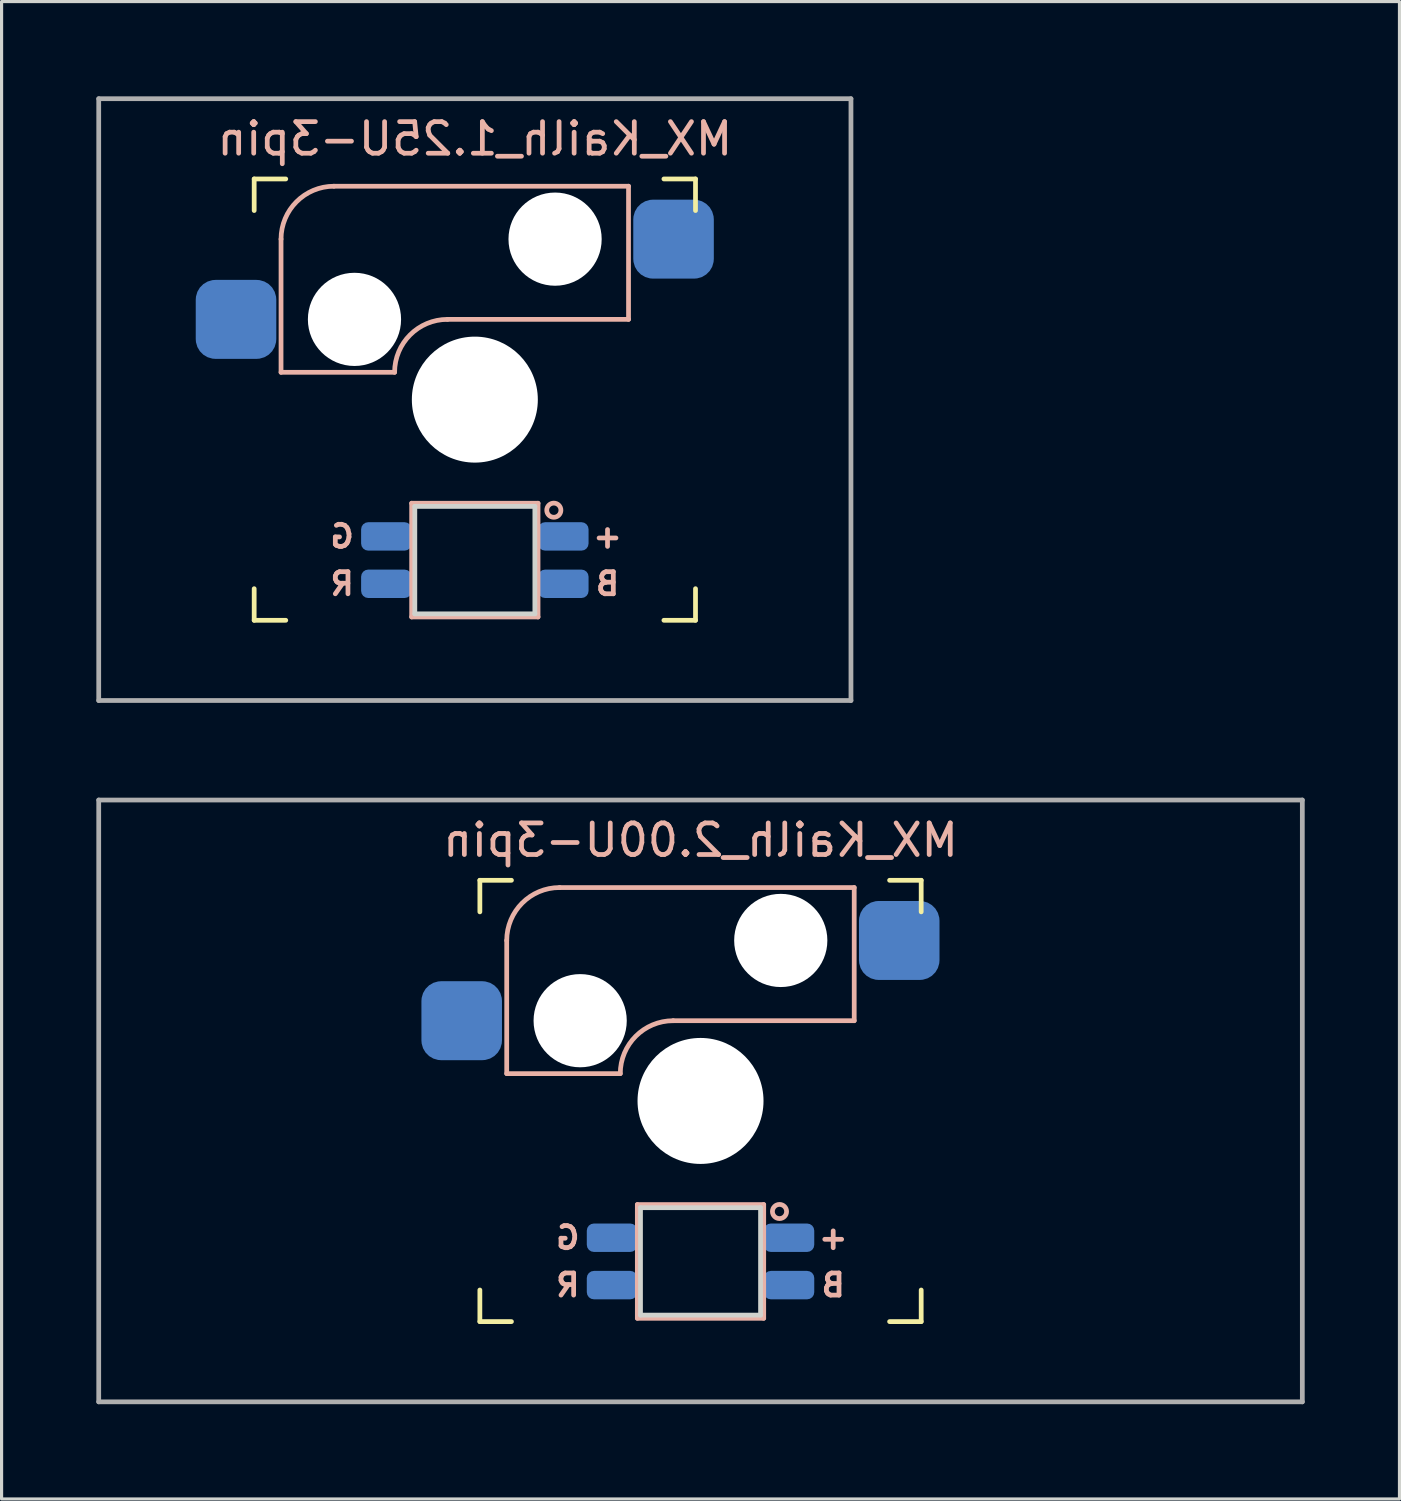
<source format=kicad_pcb>
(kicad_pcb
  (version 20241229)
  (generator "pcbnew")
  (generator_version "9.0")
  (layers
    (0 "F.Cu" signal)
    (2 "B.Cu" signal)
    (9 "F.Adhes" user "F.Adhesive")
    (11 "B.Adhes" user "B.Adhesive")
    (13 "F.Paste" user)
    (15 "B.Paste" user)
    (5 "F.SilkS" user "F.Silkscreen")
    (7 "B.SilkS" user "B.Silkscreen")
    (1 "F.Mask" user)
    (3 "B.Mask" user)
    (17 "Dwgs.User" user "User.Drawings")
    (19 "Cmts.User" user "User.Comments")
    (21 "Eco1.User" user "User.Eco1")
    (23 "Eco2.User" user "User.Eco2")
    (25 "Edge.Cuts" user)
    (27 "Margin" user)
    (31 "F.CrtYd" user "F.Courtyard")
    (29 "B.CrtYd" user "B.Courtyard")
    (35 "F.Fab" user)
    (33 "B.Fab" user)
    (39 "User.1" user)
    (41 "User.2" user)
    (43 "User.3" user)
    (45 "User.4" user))
  (footprint "MX_Kailh_1.25U-3pin"
    (layer "F.Cu")
    (at 11.981 9.6)
    (property "Reference" "MX_Kailh_1.25U-3pin" (at 0 -8.255 0) (layer "B.SilkS") (effects (font (size 1 1) (thickness 0.15)) (justify mirror)))
    (attr smd)
    (fp_line (start -6.985 -5.985) (end -6.985 -6.985) (stroke (width 0.15) (type solid)) (layer "F.SilkS"))
    (fp_line (start -6.985 6.985) (end -6.985 5.985) (stroke (width 0.15) (type solid)) (layer "F.SilkS"))
    (fp_line (start -6.985 6.985) (end -5.985 6.985) (stroke (width 0.15) (type solid)) (layer "F.SilkS"))
    (fp_line (start -5.985 -6.985) (end -6.985 -6.985) (stroke (width 0.15) (type solid)) (layer "F.SilkS"))
    (fp_line (start 5.985 6.985) (end 6.985 6.985) (stroke (width 0.15) (type solid)) (layer "F.SilkS"))
    (fp_line (start 6.985 -6.985) (end 5.985 -6.985) (stroke (width 0.15) (type solid)) (layer "F.SilkS"))
    (fp_line (start 6.985 -6.985) (end 6.985 -5.985) (stroke (width 0.15) (type solid)) (layer "F.SilkS"))
    (fp_line (start 6.985 5.985) (end 6.985 6.985) (stroke (width 0.15) (type solid)) (layer "F.SilkS"))
    (fp_line (start -6.135 -5.08) (end -6.135 -0.865) (stroke (width 0.15) (type solid)) (layer "B.SilkS"))
    (fp_line (start -6.135 -0.865) (end -2.54 -0.865) (stroke (width 0.15) (type solid)) (layer "B.SilkS"))
    (fp_line (start -4.46 -6.755) (end 4.865 -6.755) (stroke (width 0.15) (type solid)) (layer "B.SilkS"))
    (fp_line (start -2 3.28) (end -2 6.88) (stroke (width 0.15) (type solid)) (layer "B.SilkS"))
    (fp_line (start -2 6.88) (end 2 6.88) (stroke (width 0.15) (type solid)) (layer "B.SilkS"))
    (fp_line (start -0.865 -2.54) (end 4.865 -2.54) (stroke (width 0.15) (type solid)) (layer "B.SilkS"))
    (fp_line (start 2 3.28) (end -2 3.28) (stroke (width 0.15) (type solid)) (layer "B.SilkS"))
    (fp_line (start 2 6.88) (end 2 3.28) (stroke (width 0.15) (type solid)) (layer "B.SilkS"))
    (fp_line (start 4.865 -6.755) (end 4.865 -2.54) (stroke (width 0.15) (type solid)) (layer "B.SilkS"))
    (fp_arc (start -6.135 -5.08) (mid -5.644404 -6.264404) (end -4.46 -6.755) (stroke (width 0.15) (type solid)) (layer "B.SilkS"))
    (fp_arc (start -2.54 -0.865) (mid -2.049404 -2.049404) (end -0.865 -2.54) (stroke (width 0.15) (type solid)) (layer "B.SilkS"))
    (fp_circle (center 2.5 3.5) (end 2.724 3.5) (stroke (width 0.15) (type solid)) (fill no) (layer "B.SilkS"))
    (fp_line (start -6.985 6.985) (end -6.985 -6.985) (stroke (width 0.15) (type solid)) (layer "Eco2.User"))
    (fp_line (start -6.985 6.985) (end 6.985 6.985) (stroke (width 0.15) (type solid)) (layer "Eco2.User"))
    (fp_line (start 6.985 -6.985) (end -6.985 -6.985) (stroke (width 0.15) (type solid)) (layer "Eco2.User"))
    (fp_line (start 6.985 -6.985) (end 6.985 6.985) (stroke (width 0.15) (type solid)) (layer "Eco2.User"))
    (fp_line (start -1.9 3.38) (end -1.9 6.78) (stroke (width 0.15) (type solid)) (layer "Edge.Cuts"))
    (fp_line (start -1.9 3.38) (end 1.9 3.38) (stroke (width 0.15) (type solid)) (layer "Edge.Cuts"))
    (fp_line (start -1.9 6.78) (end 1.9 6.78) (stroke (width 0.15) (type solid)) (layer "Edge.Cuts"))
    (fp_line (start 1.9 3.38) (end 1.9 6.78) (stroke (width 0.15) (type solid)) (layer "Edge.Cuts"))
    (fp_line (start -11.906 -9.525) (end 11.906 -9.525) (stroke (width 0.15) (type solid)) (layer "F.Fab"))
    (fp_line (start -11.906 9.525) (end -11.906 -9.525) (stroke (width 0.15) (type solid)) (layer "F.Fab"))
    (fp_line (start 11.906 -9.525) (end 11.906 9.525) (stroke (width 0.15) (type solid)) (layer "F.Fab"))
    (fp_line (start 11.906 9.525) (end -11.906 9.525) (stroke (width 0.15) (type solid)) (layer "F.Fab"))
    (fp_text user "R" (at -4.2 5.83 0) (layer "B.SilkS") (effects (font (size 0.7 0.7) (thickness 0.15)) (justify mirror)))
    (fp_text user "G" (at -4.2 4.33 0) (layer "B.SilkS") (effects (font (size 0.7 0.7) (thickness 0.15)) (justify mirror)))
    (fp_text user "+" (at 4.2 4.33 0) (layer "B.SilkS") (effects (font (size 0.7 0.7) (thickness 0.15)) (justify mirror)))
    (fp_text user "B" (at 4.2 5.83 0) (layer "B.SilkS") (effects (font (size 0.7 0.7) (thickness 0.15)) (justify mirror)))
    (pad "" np_thru_hole circle (at -3.81 -2.54) (size 2.95 2.95) (drill 2.95) (layers "*.Cu" "*.Mask"))
    (pad "" np_thru_hole circle (at 0 0) (size 3.988 3.988) (drill 3.988) (layers "*.Cu" "*.Mask"))
    (pad "" np_thru_hole circle (at 2.54 -5.08) (size 2.95 2.95) (drill 2.95) (layers "*.Cu" "*.Mask"))
    (pad "1" smd roundrect (at 6.29 -5.08) (size 2.55 2.5) (layers "B.Cu" "B.Mask" "B.Paste") (roundrect_rratio 0.25))
    (pad "2" smd roundrect (at -7.56 -2.54) (size 2.55 2.5) (layers "B.Cu" "B.Mask" "B.Paste") (roundrect_rratio 0.25))
    (pad "3" smd roundrect (at 2.8 4.33) (size 1.6 0.9) (layers "B.Cu" "B.Mask" "B.Paste") (roundrect_rratio 0.25))
    (pad "4" smd roundrect (at -2.8 5.83) (size 1.6 0.9) (layers "B.Cu" "B.Mask" "B.Paste") (roundrect_rratio 0.25))
    (pad "5" smd roundrect (at -2.8 4.33) (size 1.6 0.9) (layers "B.Cu" "B.Mask" "B.Paste") (roundrect_rratio 0.25))
    (pad "6" smd roundrect (at 2.8 5.83) (size 1.6 0.9) (layers "B.Cu" "B.Mask" "B.Paste") (roundrect_rratio 0.25)))
  (footprint "MX_Kailh_2.00U-3pin"
    (layer "F.Cu")
    (at 19.125 31.8)
    (property "Reference" "MX_Kailh_2.00U-3pin" (at 0 -8.255 0) (layer "B.SilkS") (effects (font (size 1 1) (thickness 0.15)) (justify mirror)))
    (attr smd)
    (fp_line (start -6.985 -5.985) (end -6.985 -6.985) (stroke (width 0.15) (type solid)) (layer "F.SilkS"))
    (fp_line (start -6.985 6.985) (end -6.985 5.985) (stroke (width 0.15) (type solid)) (layer "F.SilkS"))
    (fp_line (start -6.985 6.985) (end -5.985 6.985) (stroke (width 0.15) (type solid)) (layer "F.SilkS"))
    (fp_line (start -5.985 -6.985) (end -6.985 -6.985) (stroke (width 0.15) (type solid)) (layer "F.SilkS"))
    (fp_line (start 5.985 6.985) (end 6.985 6.985) (stroke (width 0.15) (type solid)) (layer "F.SilkS"))
    (fp_line (start 6.985 -6.985) (end 5.985 -6.985) (stroke (width 0.15) (type solid)) (layer "F.SilkS"))
    (fp_line (start 6.985 -6.985) (end 6.985 -5.985) (stroke (width 0.15) (type solid)) (layer "F.SilkS"))
    (fp_line (start 6.985 5.985) (end 6.985 6.985) (stroke (width 0.15) (type solid)) (layer "F.SilkS"))
    (fp_line (start -6.135 -5.08) (end -6.135 -0.865) (stroke (width 0.15) (type solid)) (layer "B.SilkS"))
    (fp_line (start -6.135 -0.865) (end -2.54 -0.865) (stroke (width 0.15) (type solid)) (layer "B.SilkS"))
    (fp_line (start -4.46 -6.755) (end 4.865 -6.755) (stroke (width 0.15) (type solid)) (layer "B.SilkS"))
    (fp_line (start -2 3.28) (end -2 6.88) (stroke (width 0.15) (type solid)) (layer "B.SilkS"))
    (fp_line (start -2 6.88) (end 2 6.88) (stroke (width 0.15) (type solid)) (layer "B.SilkS"))
    (fp_line (start -0.865 -2.54) (end 4.865 -2.54) (stroke (width 0.15) (type solid)) (layer "B.SilkS"))
    (fp_line (start 2 3.28) (end -2 3.28) (stroke (width 0.15) (type solid)) (layer "B.SilkS"))
    (fp_line (start 2 6.88) (end 2 3.28) (stroke (width 0.15) (type solid)) (layer "B.SilkS"))
    (fp_line (start 4.865 -6.755) (end 4.865 -2.54) (stroke (width 0.15) (type solid)) (layer "B.SilkS"))
    (fp_arc (start -6.135 -5.08) (mid -5.644404 -6.264404) (end -4.46 -6.755) (stroke (width 0.15) (type solid)) (layer "B.SilkS"))
    (fp_arc (start -2.54 -0.865) (mid -2.049404 -2.049404) (end -0.865 -2.54) (stroke (width 0.15) (type solid)) (layer "B.SilkS"))
    (fp_circle (center 2.5 3.5) (end 2.724 3.5) (stroke (width 0.15) (type solid)) (fill no) (layer "B.SilkS"))
    (fp_line (start -6.985 6.985) (end -6.985 -6.985) (stroke (width 0.15) (type solid)) (layer "Eco2.User"))
    (fp_line (start -6.985 6.985) (end 6.985 6.985) (stroke (width 0.15) (type solid)) (layer "Eco2.User"))
    (fp_line (start 6.985 -6.985) (end -6.985 -6.985) (stroke (width 0.15) (type solid)) (layer "Eco2.User"))
    (fp_line (start 6.985 -6.985) (end 6.985 6.985) (stroke (width 0.15) (type solid)) (layer "Eco2.User"))
    (fp_line (start -1.9 3.38) (end -1.9 6.78) (stroke (width 0.15) (type solid)) (layer "Edge.Cuts"))
    (fp_line (start -1.9 3.38) (end 1.9 3.38) (stroke (width 0.15) (type solid)) (layer "Edge.Cuts"))
    (fp_line (start -1.9 6.78) (end 1.9 6.78) (stroke (width 0.15) (type solid)) (layer "Edge.Cuts"))
    (fp_line (start 1.9 3.38) (end 1.9 6.78) (stroke (width 0.15) (type solid)) (layer "Edge.Cuts"))
    (fp_line (start -19.05 -9.525) (end 19.05 -9.525) (stroke (width 0.15) (type solid)) (layer "F.Fab"))
    (fp_line (start -19.05 9.525) (end -19.05 -9.525) (stroke (width 0.15) (type solid)) (layer "F.Fab"))
    (fp_line (start 19.05 -9.525) (end 19.05 9.525) (stroke (width 0.15) (type solid)) (layer "F.Fab"))
    (fp_line (start 19.05 9.525) (end -19.05 9.525) (stroke (width 0.15) (type solid)) (layer "F.Fab"))
    (fp_text user "+" (at 4.2 4.33 0) (layer "B.SilkS") (effects (font (size 0.7 0.7) (thickness 0.15)) (justify mirror)))
    (fp_text user "R" (at -4.2 5.83 0) (layer "B.SilkS") (effects (font (size 0.7 0.7) (thickness 0.15)) (justify mirror)))
    (fp_text user "G" (at -4.2 4.33 0) (layer "B.SilkS") (effects (font (size 0.7 0.7) (thickness 0.15)) (justify mirror)))
    (fp_text user "B" (at 4.2 5.83 0) (layer "B.SilkS") (effects (font (size 0.7 0.7) (thickness 0.15)) (justify mirror)))
    (pad "" np_thru_hole circle (at -3.81 -2.54) (size 2.95 2.95) (drill 2.95) (layers "*.Cu" "*.Mask"))
    (pad "" np_thru_hole circle (at 0 0) (size 3.988 3.988) (drill 3.988) (layers "*.Cu" "*.Mask"))
    (pad "" np_thru_hole circle (at 2.54 -5.08) (size 2.95 2.95) (drill 2.95) (layers "*.Cu" "*.Mask"))
    (pad "1" smd roundrect (at 6.29 -5.08) (size 2.55 2.5) (layers "B.Cu" "B.Mask" "B.Paste") (roundrect_rratio 0.25))
    (pad "2" smd roundrect (at -7.56 -2.54) (size 2.55 2.5) (layers "B.Cu" "B.Mask" "B.Paste") (roundrect_rratio 0.25))
    (pad "3" smd roundrect (at 2.8 4.33) (size 1.6 0.9) (layers "B.Cu" "B.Mask" "B.Paste") (roundrect_rratio 0.25))
    (pad "4" smd roundrect (at -2.8 5.83) (size 1.6 0.9) (layers "B.Cu" "B.Mask" "B.Paste") (roundrect_rratio 0.25))
    (pad "5" smd roundrect (at -2.8 4.33) (size 1.6 0.9) (layers "B.Cu" "B.Mask" "B.Paste") (roundrect_rratio 0.25))
    (pad "6" smd roundrect (at 2.8 5.83) (size 1.6 0.9) (layers "B.Cu" "B.Mask" "B.Paste") (roundrect_rratio 0.25)))
  (gr_rect
    (start -3 -3)
    (end 41.25 44.4)
    (stroke (width 0.1) (type default))
    (fill no)
    (layer "Edge.Cuts")))
</source>
